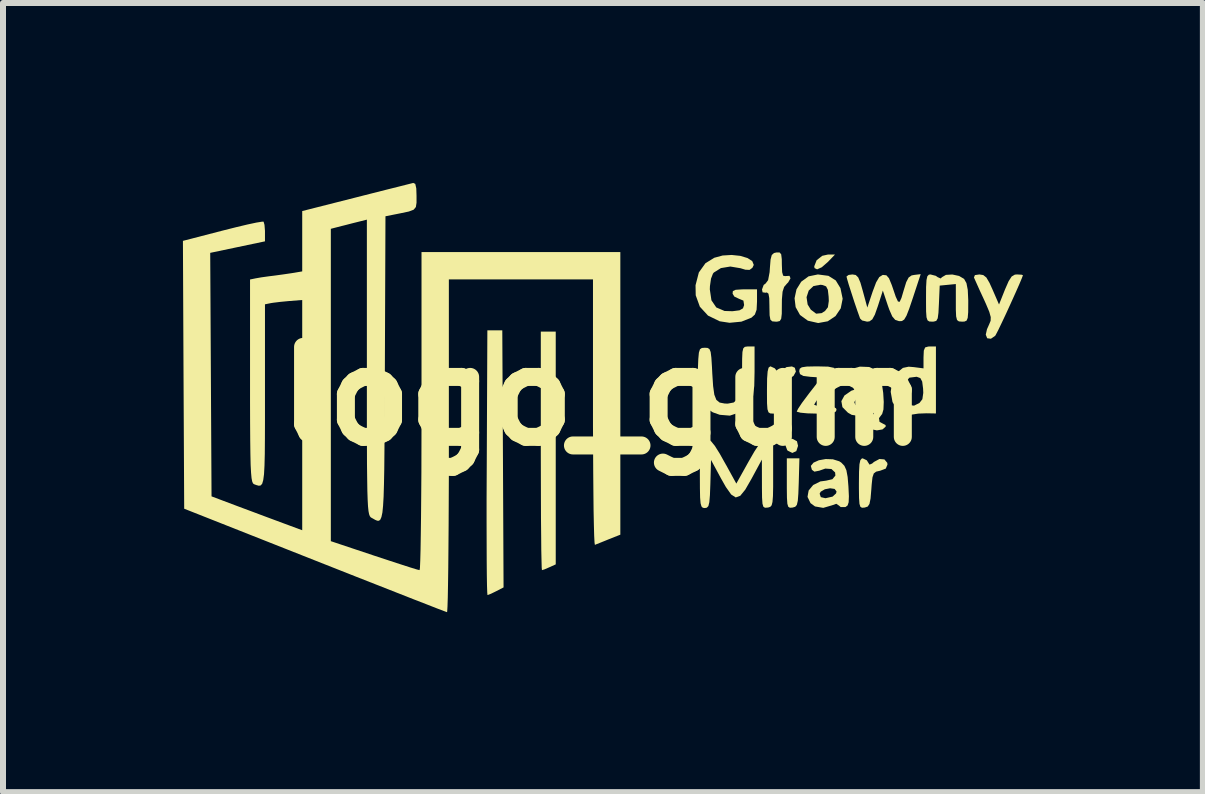
<source format=kicad_pcb>
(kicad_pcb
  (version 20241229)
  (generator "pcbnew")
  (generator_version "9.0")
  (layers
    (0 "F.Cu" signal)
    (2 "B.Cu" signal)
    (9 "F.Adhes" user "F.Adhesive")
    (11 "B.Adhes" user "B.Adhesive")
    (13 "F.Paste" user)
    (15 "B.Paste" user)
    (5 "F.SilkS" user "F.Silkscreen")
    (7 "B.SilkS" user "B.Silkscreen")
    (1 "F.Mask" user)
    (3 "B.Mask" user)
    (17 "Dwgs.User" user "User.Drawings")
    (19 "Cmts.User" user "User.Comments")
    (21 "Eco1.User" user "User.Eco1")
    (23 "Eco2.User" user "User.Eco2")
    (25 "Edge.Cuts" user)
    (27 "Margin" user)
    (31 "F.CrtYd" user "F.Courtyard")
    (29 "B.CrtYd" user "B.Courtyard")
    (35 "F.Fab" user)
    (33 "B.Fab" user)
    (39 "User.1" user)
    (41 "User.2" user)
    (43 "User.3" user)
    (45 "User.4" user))
  (footprint "logo_gum"
    (layer "F.Cu")
    (at 7.003 3.556)
    (property "Reference" "logo_gum" (at 0 0 0) (layer "F.SilkS") (effects (font (size 1.5 1.5) (thickness 0.3))))
    (attr board_only exclude_from_pos_files exclude_from_bom)
    (fp_poly (pts (xy 3.75 -2.238) (xy 3.649 -2.15) (xy 3.571 -2.115) (xy 3.528 -2.136) (xy 3.523 -2.165) (xy 3.563 -2.267) (xy 3.657 -2.341) (xy 3.752 -2.362) (xy 3.869 -2.362)) (stroke (width 0) (type solid)) (fill yes) (layer "F.SilkS"))
    (fp_poly (pts (xy 3.165 0.713) (xy 3.235 0.751) (xy 3.253 0.828) (xy 3.224 0.916) (xy 3.158 0.946) (xy 3.081 0.908) (xy 3.072 0.898) (xy 3.041 0.814) (xy 3.072 0.741) (xy 3.148 0.711)) (stroke (width 0) (type solid)) (fill yes) (layer "F.SilkS"))
    (fp_poly (pts (xy 3.265 1.44) (xy 3.258 1.626) (xy 3.249 1.744) (xy 3.233 1.812) (xy 3.206 1.844) (xy 3.165 1.856) (xy 3.159 1.857) (xy 3.117 1.86) (xy 3.09 1.843) (xy 3.075 1.794) (xy 3.068 1.696) (xy 3.066 1.535) (xy 3.066 1.453) (xy 3.066 1.036) (xy 3.171 1.036) (xy 3.276 1.036)) (stroke (width 0) (type solid)) (fill yes) (layer "F.SilkS"))
    (fp_poly (pts (xy -0.787 0.863) (xy -0.787 2.804) (xy -0.893 2.852) (xy -0.976 2.888) (xy -1.017 2.9) (xy -1.021 2.86) (xy -1.024 2.745) (xy -1.028 2.564) (xy -1.03 2.323) (xy -1.033 2.031) (xy -1.034 1.697) (xy -1.035 1.328) (xy -1.036 0.932) (xy -1.036 0.912) (xy -1.036 -1.077) (xy -0.912 -1.077) (xy -0.787 -1.077)) (stroke (width 0) (type solid)) (fill yes) (layer "F.SilkS"))
    (fp_poly (pts (xy -1.667 1.045) (xy -1.657 3.188) (xy -1.779 3.251) (xy -1.869 3.295) (xy -1.923 3.315) (xy -1.925 3.315) (xy -1.929 3.275) (xy -1.933 3.159) (xy -1.936 2.976) (xy -1.938 2.733) (xy -1.939 2.437) (xy -1.94 2.097) (xy -1.94 1.719) (xy -1.938 1.312) (xy -1.937 1.108) (xy -1.927 -1.098) (xy -1.802 -1.098) (xy -1.678 -1.098)) (stroke (width 0) (type solid)) (fill yes) (layer "F.SilkS"))
    (fp_poly (pts (xy 2.865 -0.465) (xy 2.891 -0.432) (xy 2.926 -0.389) (xy 2.965 -0.414) (xy 2.981 -0.432) (xy 3.06 -0.485) (xy 3.151 -0.496) (xy 3.2 -0.474) (xy 3.217 -0.41) (xy 3.178 -0.339) (xy 3.103 -0.289) (xy 3.072 -0.282) (xy 3.014 -0.27) (xy 2.98 -0.239) (xy 2.962 -0.17) (xy 2.953 -0.043) (xy 2.95 0.01) (xy 2.942 0.159) (xy 2.928 0.242) (xy 2.901 0.28) (xy 2.854 0.29) (xy 2.836 0.29) (xy 2.789 0.287) (xy 2.76 0.268) (xy 2.743 0.217) (xy 2.736 0.119) (xy 2.735 -0.042) (xy 2.735 -0.104) (xy 2.737 -0.292) (xy 2.746 -0.412) (xy 2.762 -0.476) (xy 2.789 -0.497) (xy 2.795 -0.497)) (stroke (width 0) (type solid)) (fill yes) (layer "F.SilkS"))
    (fp_poly (pts (xy 4.4 1.069) (xy 4.419 1.1) (xy 4.445 1.141) (xy 4.488 1.123) (xy 4.519 1.096) (xy 4.61 1.047) (xy 4.693 1.054) (xy 4.741 1.111) (xy 4.744 1.14) (xy 4.716 1.207) (xy 4.621 1.243) (xy 4.62 1.243) (xy 4.555 1.258) (xy 4.516 1.288) (xy 4.494 1.353) (xy 4.481 1.471) (xy 4.475 1.554) (xy 4.462 1.707) (xy 4.444 1.796) (xy 4.415 1.84) (xy 4.367 1.856) (xy 4.361 1.857) (xy 4.319 1.86) (xy 4.292 1.843) (xy 4.277 1.794) (xy 4.27 1.696) (xy 4.268 1.535) (xy 4.268 1.453) (xy 4.27 1.26) (xy 4.277 1.135) (xy 4.292 1.066) (xy 4.316 1.039) (xy 4.331 1.036)) (stroke (width 0) (type solid)) (fill yes) (layer "F.SilkS"))
    (fp_poly (pts (xy 3.76 -2.007) (xy 3.882 -1.93) (xy 3.96 -1.802) (xy 3.997 -1.625) (xy 3.965 -1.465) (xy 3.878 -1.336) (xy 3.748 -1.249) (xy 3.589 -1.22) (xy 3.417 -1.259) (xy 3.286 -1.354) (xy 3.213 -1.485) (xy 3.195 -1.634) (xy 3.199 -1.651) (xy 3.395 -1.651) (xy 3.413 -1.529) (xy 3.466 -1.443) (xy 3.555 -1.376) (xy 3.646 -1.385) (xy 3.703 -1.421) (xy 3.751 -1.483) (xy 3.766 -1.588) (xy 3.763 -1.659) (xy 3.75 -1.774) (xy 3.721 -1.831) (xy 3.66 -1.854) (xy 3.628 -1.858) (xy 3.511 -1.837) (xy 3.431 -1.761) (xy 3.395 -1.651) (xy 3.199 -1.651) (xy 3.227 -1.781) (xy 3.306 -1.909) (xy 3.428 -1.998) (xy 3.584 -2.03)) (stroke (width 0) (type solid)) (fill yes) (layer "F.SilkS"))
    (fp_poly (pts (xy 6.979 -2.026) (xy 7.003 -2.018) (xy 6.986 -1.971) (xy 6.942 -1.866) (xy 6.878 -1.721) (xy 6.803 -1.555) (xy 6.725 -1.384) (xy 6.651 -1.227) (xy 6.59 -1.1) (xy 6.549 -1.022) (xy 6.54 -1.007) (xy 6.469 -0.958) (xy 6.407 -0.966) (xy 6.383 -1.026) (xy 6.403 -1.116) (xy 6.44 -1.199) (xy 6.464 -1.257) (xy 6.466 -1.319) (xy 6.442 -1.406) (xy 6.386 -1.539) (xy 6.352 -1.614) (xy 6.282 -1.765) (xy 6.226 -1.89) (xy 6.191 -1.968) (xy 6.186 -1.979) (xy 6.202 -2.019) (xy 6.276 -2.03) (xy 6.341 -2.02) (xy 6.393 -1.979) (xy 6.445 -1.89) (xy 6.495 -1.78) (xy 6.604 -1.529) (xy 6.704 -1.78) (xy 6.765 -1.919) (xy 6.815 -1.996) (xy 6.868 -2.027) (xy 6.903 -2.03)) (stroke (width 0) (type solid)) (fill yes) (layer "F.SilkS"))
    (fp_poly (pts (xy 3.755 -0.493) (xy 3.856 -0.472) (xy 3.89 -0.425) (xy 3.862 -0.341) (xy 3.774 -0.21) (xy 3.708 -0.124) (xy 3.618 -0.004) (xy 3.552 0.09) (xy 3.522 0.14) (xy 3.522 0.142) (xy 3.559 0.156) (xy 3.653 0.165) (xy 3.708 0.166) (xy 3.831 0.174) (xy 3.887 0.202) (xy 3.895 0.228) (xy 3.879 0.26) (xy 3.823 0.279) (xy 3.71 0.288) (xy 3.563 0.29) (xy 3.41 0.286) (xy 3.294 0.275) (xy 3.235 0.259) (xy 3.232 0.253) (xy 3.256 0.206) (xy 3.319 0.111) (xy 3.41 -0.011) (xy 3.437 -0.047) (xy 3.643 -0.311) (xy 3.458 -0.323) (xy 3.341 -0.338) (xy 3.286 -0.368) (xy 3.273 -0.417) (xy 3.281 -0.458) (xy 3.316 -0.482) (xy 3.396 -0.494) (xy 3.537 -0.497) (xy 3.584 -0.497)) (stroke (width 0) (type solid)) (fill yes) (layer "F.SilkS"))
    (fp_poly (pts (xy 2.972 -2.366) (xy 2.982 -2.284) (xy 2.983 -2.195) (xy 2.988 -2.068) (xy 3.005 -2.009) (xy 3.039 -2.002) (xy 3.044 -2.003) (xy 3.111 -2.007) (xy 3.127 -1.965) (xy 3.089 -1.898) (xy 3.068 -1.877) (xy 3.021 -1.822) (xy 2.995 -1.742) (xy 2.984 -1.615) (xy 2.983 -1.524) (xy 2.982 -1.375) (xy 2.972 -1.291) (xy 2.948 -1.253) (xy 2.903 -1.243) (xy 2.88 -1.243) (xy 2.823 -1.248) (xy 2.792 -1.276) (xy 2.779 -1.347) (xy 2.776 -1.48) (xy 2.776 -1.496) (xy 2.773 -1.636) (xy 2.76 -1.709) (xy 2.733 -1.73) (xy 2.714 -1.725) (xy 2.662 -1.732) (xy 2.652 -1.779) (xy 2.68 -1.855) (xy 2.712 -1.879) (xy 2.754 -1.935) (xy 2.779 -2.068) (xy 2.784 -2.142) (xy 2.795 -2.279) (xy 2.815 -2.354) (xy 2.852 -2.387) (xy 2.89 -2.396) (xy 2.945 -2.397)) (stroke (width 0) (type solid)) (fill yes) (layer "F.SilkS"))
    (fp_poly (pts (xy 5.552 -0.27) (xy 5.552 0.288) (xy 5.397 0.285) (xy 5.259 0.29) (xy 5.136 0.309) (xy 5.13 0.311) (xy 5.035 0.317) (xy 4.95 0.269) (xy 4.913 0.234) (xy 4.828 0.097) (xy 4.798 -0.073) (xy 4.8 -0.086) (xy 5.014 -0.086) (xy 5.035 0.062) (xy 5.096 0.145) (xy 5.187 0.158) (xy 5.278 0.112) (xy 5.326 0.05) (xy 5.341 -0.055) (xy 5.338 -0.126) (xy 5.323 -0.244) (xy 5.292 -0.302) (xy 5.231 -0.324) (xy 5.229 -0.324) (xy 5.11 -0.309) (xy 5.038 -0.227) (xy 5.014 -0.086) (xy 4.8 -0.086) (xy 4.823 -0.245) (xy 4.901 -0.388) (xy 4.913 -0.401) (xy 5.002 -0.472) (xy 5.097 -0.492) (xy 5.183 -0.485) (xy 5.345 -0.464) (xy 5.345 -0.646) (xy 5.35 -0.76) (xy 5.372 -0.813) (xy 5.424 -0.828) (xy 5.449 -0.829) (xy 5.552 -0.829)) (stroke (width 0) (type solid)) (fill yes) (layer "F.SilkS"))
    (fp_poly (pts (xy 5.55 -2.007) (xy 5.581 -1.985) (xy 5.631 -1.963) (xy 5.654 -1.985) (xy 5.719 -2.023) (xy 5.826 -2.029) (xy 5.938 -2.005) (xy 6.021 -1.956) (xy 6.022 -1.955) (xy 6.061 -1.885) (xy 6.083 -1.773) (xy 6.091 -1.599) (xy 6.091 -1.561) (xy 6.09 -1.401) (xy 6.082 -1.306) (xy 6.063 -1.26) (xy 6.026 -1.244) (xy 5.987 -1.243) (xy 5.935 -1.247) (xy 5.904 -1.27) (xy 5.889 -1.33) (xy 5.884 -1.443) (xy 5.884 -1.556) (xy 5.884 -1.87) (xy 5.749 -1.857) (xy 5.615 -1.844) (xy 5.602 -1.543) (xy 5.594 -1.389) (xy 5.582 -1.299) (xy 5.558 -1.256) (xy 5.516 -1.244) (xy 5.488 -1.243) (xy 5.441 -1.246) (xy 5.412 -1.265) (xy 5.395 -1.316) (xy 5.388 -1.414) (xy 5.387 -1.575) (xy 5.387 -1.637) (xy 5.388 -1.821) (xy 5.395 -1.937) (xy 5.409 -2) (xy 5.434 -2.026) (xy 5.461 -2.03)) (stroke (width 0) (type solid)) (fill yes) (layer "F.SilkS"))
    (fp_poly (pts (xy 2.528 -0.403) (xy 2.523 -0.172) (xy 2.504 -0.008) (xy 2.465 0.108) (xy 2.401 0.19) (xy 2.304 0.256) (xy 2.278 0.27) (xy 2.116 0.324) (xy 1.948 0.31) (xy 1.832 0.269) (xy 1.717 0.193) (xy 1.639 0.074) (xy 1.595 -0.098) (xy 1.581 -0.333) (xy 1.583 -0.448) (xy 1.59 -0.621) (xy 1.6 -0.727) (xy 1.618 -0.783) (xy 1.649 -0.804) (xy 1.698 -0.808) (xy 1.699 -0.808) (xy 1.745 -0.805) (xy 1.776 -0.786) (xy 1.796 -0.737) (xy 1.808 -0.642) (xy 1.818 -0.486) (xy 1.823 -0.382) (xy 1.837 -0.169) (xy 1.857 -0.026) (xy 1.891 0.061) (xy 1.946 0.106) (xy 2.029 0.122) (xy 2.08 0.124) (xy 2.18 0.105) (xy 2.25 0.042) (xy 2.294 -0.075) (xy 2.316 -0.257) (xy 2.32 -0.444) (xy 2.321 -0.624) (xy 2.326 -0.737) (xy 2.34 -0.798) (xy 2.366 -0.823) (xy 2.41 -0.829) (xy 2.424 -0.829) (xy 2.528 -0.829)) (stroke (width 0) (type solid)) (fill yes) (layer "F.SilkS"))
    (fp_poly (pts (xy 2.289 -2.34) (xy 2.409 -2.304) (xy 2.489 -2.253) (xy 2.515 -2.189) (xy 2.492 -2.141) (xy 2.445 -2.106) (xy 2.375 -2.109) (xy 2.292 -2.134) (xy 2.124 -2.162) (xy 1.967 -2.136) (xy 1.849 -2.062) (xy 1.834 -2.043) (xy 1.802 -1.96) (xy 1.784 -1.834) (xy 1.782 -1.781) (xy 1.809 -1.599) (xy 1.89 -1.48) (xy 2.028 -1.421) (xy 2.16 -1.417) (xy 2.277 -1.432) (xy 2.335 -1.465) (xy 2.354 -1.52) (xy 2.342 -1.594) (xy 2.271 -1.623) (xy 2.191 -1.661) (xy 2.162 -1.709) (xy 2.166 -1.752) (xy 2.212 -1.774) (xy 2.317 -1.781) (xy 2.359 -1.782) (xy 2.569 -1.782) (xy 2.569 -1.576) (xy 2.562 -1.441) (xy 2.533 -1.361) (xy 2.476 -1.309) (xy 2.309 -1.243) (xy 2.111 -1.224) (xy 1.947 -1.249) (xy 1.752 -1.344) (xy 1.616 -1.492) (xy 1.547 -1.682) (xy 1.544 -1.85) (xy 1.599 -2.063) (xy 1.709 -2.217) (xy 1.856 -2.308) (xy 1.996 -2.346) (xy 2.146 -2.355)) (stroke (width 0) (type solid)) (fill yes) (layer "F.SilkS"))
    (fp_poly (pts (xy 3.834 1.052) (xy 3.94 1.085) (xy 3.974 1.107) (xy 4.026 1.161) (xy 4.059 1.234) (xy 4.08 1.347) (xy 4.093 1.504) (xy 4.101 1.668) (xy 4.097 1.768) (xy 4.079 1.822) (xy 4.044 1.848) (xy 4.041 1.849) (xy 3.965 1.849) (xy 3.937 1.825) (xy 3.891 1.794) (xy 3.82 1.819) (xy 3.673 1.862) (xy 3.536 1.838) (xy 3.461 1.783) (xy 3.411 1.679) (xy 3.42 1.626) (xy 3.613 1.626) (xy 3.633 1.683) (xy 3.71 1.701) (xy 3.826 1.675) (xy 3.829 1.674) (xy 3.887 1.621) (xy 3.895 1.588) (xy 3.863 1.546) (xy 3.787 1.535) (xy 3.7 1.552) (xy 3.631 1.592) (xy 3.613 1.626) (xy 3.42 1.626) (xy 3.43 1.572) (xy 3.505 1.481) (xy 3.625 1.421) (xy 3.721 1.408) (xy 3.826 1.384) (xy 3.876 1.323) (xy 3.871 1.271) (xy 3.81 1.214) (xy 3.707 1.207) (xy 3.607 1.242) (xy 3.526 1.258) (xy 3.484 1.227) (xy 3.466 1.162) (xy 3.511 1.108) (xy 3.6 1.068) (xy 3.714 1.048)) (stroke (width 0) (type solid)) (fill yes) (layer "F.SilkS"))
    (fp_poly (pts (xy 5.167 -1.637) (xy 5.106 -1.457) (xy 5.061 -1.342) (xy 5.023 -1.278) (xy 4.985 -1.253) (xy 4.939 -1.251) (xy 4.935 -1.252) (xy 4.873 -1.273) (xy 4.824 -1.33) (xy 4.775 -1.442) (xy 4.75 -1.512) (xy 4.667 -1.761) (xy 4.584 -1.502) (xy 4.534 -1.36) (xy 4.491 -1.281) (xy 4.444 -1.248) (xy 4.404 -1.243) (xy 4.321 -1.263) (xy 4.288 -1.295) (xy 4.244 -1.418) (xy 4.193 -1.567) (xy 4.143 -1.722) (xy 4.099 -1.859) (xy 4.07 -1.958) (xy 4.061 -1.996) (xy 4.096 -2.022) (xy 4.16 -2.03) (xy 4.215 -2.021) (xy 4.256 -1.981) (xy 4.293 -1.894) (xy 4.333 -1.754) (xy 4.408 -1.478) (xy 4.497 -1.744) (xy 4.555 -1.898) (xy 4.607 -1.986) (xy 4.663 -2.021) (xy 4.671 -2.022) (xy 4.726 -2.016) (xy 4.769 -1.967) (xy 4.814 -1.858) (xy 4.829 -1.815) (xy 4.882 -1.659) (xy 4.919 -1.579) (xy 4.948 -1.574) (xy 4.978 -1.641) (xy 5.014 -1.763) (xy 5.057 -1.902) (xy 5.097 -1.979) (xy 5.147 -2.014) (xy 5.19 -2.022) (xy 5.298 -2.035)) (stroke (width 0) (type solid)) (fill yes) (layer "F.SilkS"))
    (fp_poly (pts (xy 1.749 0.714) (xy 1.803 0.751) (xy 1.865 0.827) (xy 1.945 0.954) (xy 2.051 1.143) (xy 2.055 1.149) (xy 2.224 1.457) (xy 2.428 1.091) (xy 2.526 0.921) (xy 2.598 0.812) (xy 2.654 0.751) (xy 2.707 0.728) (xy 2.735 0.725) (xy 2.838 0.725) (xy 2.838 1.285) (xy 2.838 1.509) (xy 2.835 1.664) (xy 2.827 1.763) (xy 2.813 1.819) (xy 2.79 1.845) (xy 2.755 1.856) (xy 2.745 1.857) (xy 2.702 1.86) (xy 2.675 1.843) (xy 2.66 1.792) (xy 2.653 1.692) (xy 2.651 1.529) (xy 2.651 1.463) (xy 2.65 1.057) (xy 2.476 1.379) (xy 2.373 1.558) (xy 2.289 1.661) (xy 2.214 1.688) (xy 2.138 1.639) (xy 2.049 1.513) (xy 1.968 1.37) (xy 1.802 1.063) (xy 1.791 1.464) (xy 1.784 1.649) (xy 1.774 1.767) (xy 1.758 1.832) (xy 1.732 1.859) (xy 1.697 1.865) (xy 1.665 1.86) (xy 1.643 1.838) (xy 1.628 1.785) (xy 1.62 1.689) (xy 1.617 1.537) (xy 1.616 1.317) (xy 1.616 1.285) (xy 1.617 1.055) (xy 1.62 0.895) (xy 1.628 0.793) (xy 1.641 0.735) (xy 1.663 0.71) (xy 1.693 0.704) (xy 1.694 0.704)) (stroke (width 0) (type solid)) (fill yes) (layer "F.SilkS"))
    (fp_poly (pts (xy 4.439 -0.487) (xy 4.559 -0.433) (xy 4.578 -0.415) (xy 4.618 -0.335) (xy 4.651 -0.207) (xy 4.673 -0.055) (xy 4.682 0.096) (xy 4.677 0.222) (xy 4.655 0.298) (xy 4.646 0.308) (xy 4.603 0.366) (xy 4.612 0.428) (xy 4.665 0.456) (xy 4.713 0.481) (xy 4.714 0.508) (xy 4.661 0.554) (xy 4.567 0.57) (xy 4.485 0.553) (xy 4.44 0.497) (xy 4.442 0.41) (xy 4.483 0.34) (xy 4.516 0.285) (xy 4.482 0.263) (xy 4.39 0.276) (xy 4.337 0.293) (xy 4.228 0.323) (xy 4.148 0.311) (xy 4.085 0.275) (xy 3.993 0.182) (xy 3.978 0.098) (xy 4.191 0.098) (xy 4.208 0.147) (xy 4.28 0.166) (xy 4.38 0.143) (xy 4.432 0.105) (xy 4.465 0.032) (xy 4.429 -0.009) (xy 4.335 -0.008) (xy 4.319 -0.004) (xy 4.229 0.041) (xy 4.191 0.098) (xy 3.978 0.098) (xy 3.975 0.083) (xy 4.027 -0.012) (xy 4.143 -0.092) (xy 4.315 -0.146) (xy 4.32 -0.147) (xy 4.429 -0.172) (xy 4.469 -0.206) (xy 4.452 -0.261) (xy 4.439 -0.283) (xy 4.368 -0.321) (xy 4.227 -0.325) (xy 4.226 -0.325) (xy 4.1 -0.327) (xy 4.038 -0.355) (xy 4.046 -0.399) (xy 4.124 -0.449) (xy 4.284 -0.493)) (stroke (width 0) (type solid)) (fill yes) (layer "F.SilkS"))
    (fp_poly (pts (xy -3.129 -3.54) (xy -3.112 -3.464) (xy -3.108 -3.339) (xy -3.108 -3.226) (xy -3.119 -3.154) (xy -3.157 -3.109) (xy -3.237 -3.079) (xy -3.375 -3.05) (xy -3.46 -3.033) (xy -3.626 -3) (xy -3.636 -0.464) (xy -3.638 0.066) (xy -3.64 0.518) (xy -3.643 0.9) (xy -3.646 1.216) (xy -3.651 1.472) (xy -3.657 1.674) (xy -3.666 1.828) (xy -3.677 1.939) (xy -3.693 2.014) (xy -3.712 2.058) (xy -3.735 2.077) (xy -3.763 2.076) (xy -3.797 2.062) (xy -3.837 2.039) (xy -3.856 2.029) (xy -3.873 2.018) (xy -3.887 1.999) (xy -3.899 1.967) (xy -3.909 1.915) (xy -3.917 1.836) (xy -3.923 1.725) (xy -3.928 1.575) (xy -3.931 1.379) (xy -3.934 1.133) (xy -3.935 0.828) (xy -3.936 0.459) (xy -3.936 0.02) (xy -3.936 -0.479) (xy -3.936 -2.944) (xy -4.05 -2.915) (xy -4.163 -2.887) (xy -4.306 -2.85) (xy -4.351 -2.839) (xy -4.537 -2.791) (xy -4.537 -0.187) (xy -4.537 2.417) (xy -3.813 2.659) (xy -3.582 2.735) (xy -3.377 2.802) (xy -3.213 2.855) (xy -3.102 2.889) (xy -3.057 2.9) (xy -3.051 2.86) (xy -3.046 2.744) (xy -3.041 2.559) (xy -3.037 2.311) (xy -3.033 2.009) (xy -3.03 1.658) (xy -3.027 1.267) (xy -3.026 0.84) (xy -3.025 0.387) (xy -3.025 0.249) (xy -3.025 -2.403) (xy -1.367 -2.403) (xy 0.29 -2.403) (xy 0.29 -0.047) (xy 0.29 2.309) (xy 0.093 2.387) (xy -0.025 2.435) (xy -0.111 2.469) (xy -0.134 2.479) (xy -0.14 2.442) (xy -0.146 2.329) (xy -0.151 2.148) (xy -0.156 1.907) (xy -0.159 1.613) (xy -0.162 1.274) (xy -0.164 0.897) (xy -0.166 0.49) (xy -0.166 0.273) (xy -0.166 -1.947) (xy -1.367 -1.947) (xy -2.569 -1.947) (xy -2.569 0.829) (xy -2.569 1.3) (xy -2.571 1.746) (xy -2.573 2.16) (xy -2.576 2.535) (xy -2.579 2.864) (xy -2.583 3.141) (xy -2.587 3.359) (xy -2.592 3.511) (xy -2.597 3.59) (xy -2.6 3.601) (xy -2.643 3.585) (xy -2.757 3.542) (xy -2.933 3.473) (xy -3.165 3.383) (xy -3.447 3.272) (xy -3.77 3.145) (xy -4.129 3.004) (xy -4.516 2.851) (xy -4.807 2.736) (xy -6.982 1.876) (xy -6.993 -0.357) (xy -7.003 -2.59) (xy -6.342 -2.761) (xy -6.12 -2.817) (xy -5.927 -2.863) (xy -5.777 -2.895) (xy -5.683 -2.91) (xy -5.658 -2.91) (xy -5.643 -2.857) (xy -5.635 -2.756) (xy -5.635 -2.734) (xy -5.635 -2.582) (xy -6.091 -2.486) (xy -6.548 -2.39) (xy -6.537 -0.36) (xy -6.526 1.67) (xy -6.091 1.834) (xy -5.871 1.916) (xy -5.639 2.003) (xy -5.429 2.081) (xy -5.335 2.116) (xy -5.014 2.235) (xy -5.014 0.316) (xy -5.014 -1.604) (xy -5.231 -1.587) (xy -5.376 -1.573) (xy -5.499 -1.558) (xy -5.542 -1.551) (xy -5.635 -1.532) (xy -5.635 -0.02) (xy -5.635 0.38) (xy -5.636 0.705) (xy -5.638 0.962) (xy -5.643 1.158) (xy -5.651 1.301) (xy -5.664 1.399) (xy -5.681 1.458) (xy -5.705 1.487) (xy -5.736 1.493) (xy -5.775 1.483) (xy -5.818 1.467) (xy -5.835 1.453) (xy -5.848 1.422) (xy -5.859 1.365) (xy -5.867 1.275) (xy -5.874 1.146) (xy -5.878 0.968) (xy -5.881 0.736) (xy -5.883 0.441) (xy -5.884 0.076) (xy -5.884 -0.252) (xy -5.884 -1.946) (xy -5.791 -1.965) (xy -5.694 -1.982) (xy -5.557 -2.001) (xy -5.49 -2.009) (xy -5.336 -2.03) (xy -5.193 -2.051) (xy -5.148 -2.058) (xy -5.014 -2.081) (xy -5.014 -2.584) (xy -5.014 -3.087) (xy -4.115 -3.315) (xy -3.852 -3.382) (xy -3.615 -3.442) (xy -3.415 -3.492) (xy -3.265 -3.53) (xy -3.178 -3.552) (xy -3.162 -3.556)) (stroke (width 0) (type solid)) (fill yes) (layer "F.SilkS")))
  (gr_rect
    (start -3 -3)
    (end 17.006 10.157)
    (stroke (width 0.1) (type default))
    (fill no)
    (layer "Edge.Cuts")))
</source>
